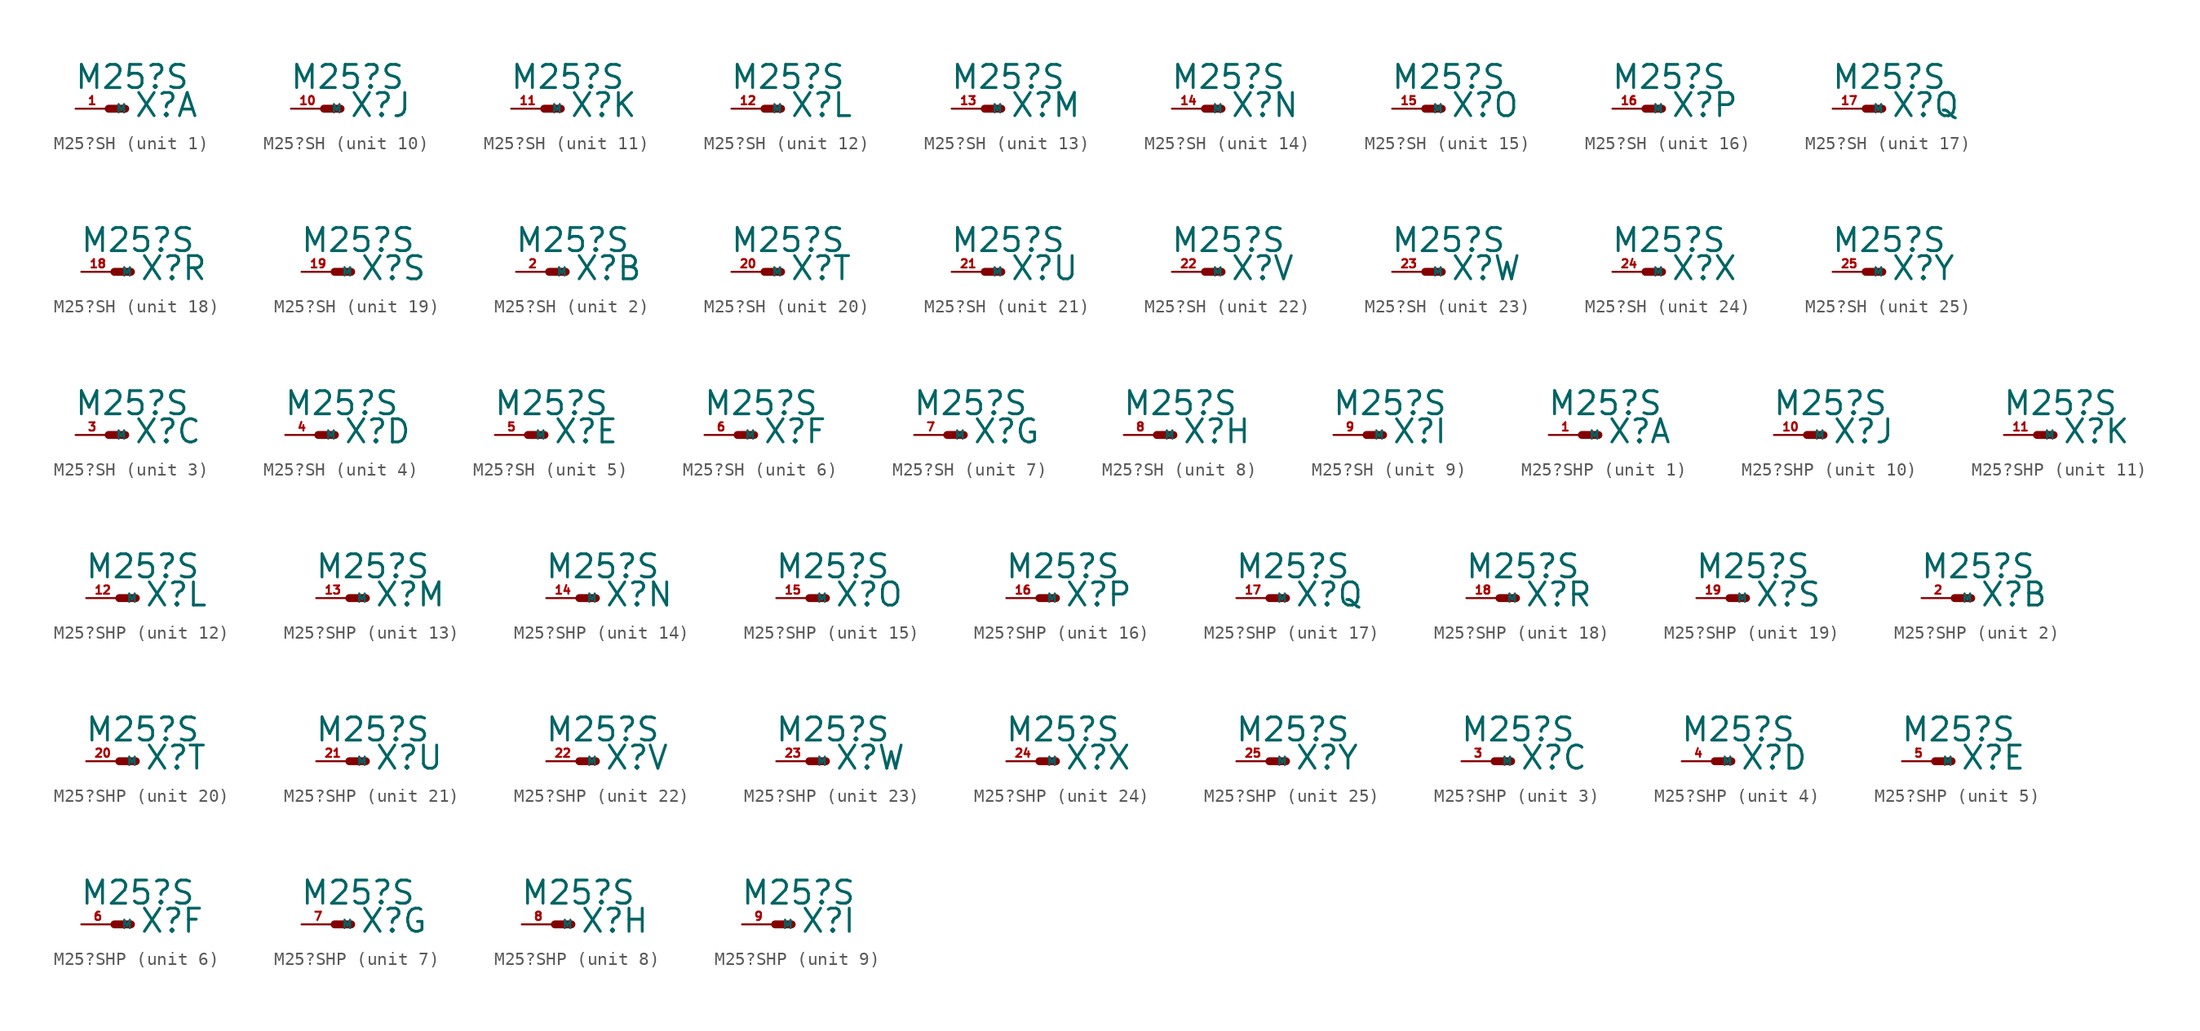
<source format=kicad_sym>
(kicad_symbol_lib
  (version 20220914)
  (generator Eagle2Kicad)
  (symbol "M25?SH"
    (property "Reference" "X"
      (at 1.905 -0.762 0)
      (effects (font (size 1.778 1.778) (thickness 0.22)) (justify left bottom)))
    (property "Value" "M25?S"
      (at -2.667 1.397 0)
      (effects (font (size 1.778 1.778) (thickness 0.22)) (justify left bottom)))
    (symbol "M25?SH_1_0"
      (polyline (pts (xy 0 0) (xy 1.27 0)) (stroke (width 0.61) (type default)) (fill (type none)))
      (pin passive line (at -2.54 0 0) (length 2.54) (name "M" (effects (font (size 0.635 0.635) (thickness 0.08)) (justify left bottom))) (number "1" (effects (font (size 0.635 0.635) (thickness 0.08)) (justify left bottom)))))
    (symbol "M25?SH_2_0"
      (polyline (pts (xy 0 0) (xy 1.27 0)) (stroke (width 0.61) (type default)) (fill (type none)))
      (pin passive line (at -2.54 0 0) (length 2.54) (name "M" (effects (font (size 0.635 0.635) (thickness 0.08)) (justify left bottom))) (number "2" (effects (font (size 0.635 0.635) (thickness 0.08)) (justify left bottom)))))
    (symbol "M25?SH_3_0"
      (polyline (pts (xy 0 0) (xy 1.27 0)) (stroke (width 0.61) (type default)) (fill (type none)))
      (pin passive line (at -2.54 0 0) (length 2.54) (name "M" (effects (font (size 0.635 0.635) (thickness 0.08)) (justify left bottom))) (number "3" (effects (font (size 0.635 0.635) (thickness 0.08)) (justify left bottom)))))
    (symbol "M25?SH_4_0"
      (polyline (pts (xy 0 0) (xy 1.27 0)) (stroke (width 0.61) (type default)) (fill (type none)))
      (pin passive line (at -2.54 0 0) (length 2.54) (name "M" (effects (font (size 0.635 0.635) (thickness 0.08)) (justify left bottom))) (number "4" (effects (font (size 0.635 0.635) (thickness 0.08)) (justify left bottom)))))
    (symbol "M25?SH_5_0"
      (polyline (pts (xy 0 0) (xy 1.27 0)) (stroke (width 0.61) (type default)) (fill (type none)))
      (pin passive line (at -2.54 0 0) (length 2.54) (name "M" (effects (font (size 0.635 0.635) (thickness 0.08)) (justify left bottom))) (number "5" (effects (font (size 0.635 0.635) (thickness 0.08)) (justify left bottom)))))
    (symbol "M25?SH_6_0"
      (polyline (pts (xy 0 0) (xy 1.27 0)) (stroke (width 0.61) (type default)) (fill (type none)))
      (pin passive line (at -2.54 0 0) (length 2.54) (name "M" (effects (font (size 0.635 0.635) (thickness 0.08)) (justify left bottom))) (number "6" (effects (font (size 0.635 0.635) (thickness 0.08)) (justify left bottom)))))
    (symbol "M25?SH_7_0"
      (polyline (pts (xy 0 0) (xy 1.27 0)) (stroke (width 0.61) (type default)) (fill (type none)))
      (pin passive line (at -2.54 0 0) (length 2.54) (name "M" (effects (font (size 0.635 0.635) (thickness 0.08)) (justify left bottom))) (number "7" (effects (font (size 0.635 0.635) (thickness 0.08)) (justify left bottom)))))
    (symbol "M25?SH_8_0"
      (polyline (pts (xy 0 0) (xy 1.27 0)) (stroke (width 0.61) (type default)) (fill (type none)))
      (pin passive line (at -2.54 0 0) (length 2.54) (name "M" (effects (font (size 0.635 0.635) (thickness 0.08)) (justify left bottom))) (number "8" (effects (font (size 0.635 0.635) (thickness 0.08)) (justify left bottom)))))
    (symbol "M25?SH_9_0"
      (polyline (pts (xy 0 0) (xy 1.27 0)) (stroke (width 0.61) (type default)) (fill (type none)))
      (pin passive line (at -2.54 0 0) (length 2.54) (name "M" (effects (font (size 0.635 0.635) (thickness 0.08)) (justify left bottom))) (number "9" (effects (font (size 0.635 0.635) (thickness 0.08)) (justify left bottom)))))
    (symbol "M25?SH_10_0"
      (polyline (pts (xy 0 0) (xy 1.27 0)) (stroke (width 0.61) (type default)) (fill (type none)))
      (pin passive line (at -2.54 0 0) (length 2.54) (name "M" (effects (font (size 0.635 0.635) (thickness 0.08)) (justify left bottom))) (number "10" (effects (font (size 0.635 0.635) (thickness 0.08)) (justify left bottom)))))
    (symbol "M25?SH_11_0"
      (polyline (pts (xy 0 0) (xy 1.27 0)) (stroke (width 0.61) (type default)) (fill (type none)))
      (pin passive line (at -2.54 0 0) (length 2.54) (name "M" (effects (font (size 0.635 0.635) (thickness 0.08)) (justify left bottom))) (number "11" (effects (font (size 0.635 0.635) (thickness 0.08)) (justify left bottom)))))
    (symbol "M25?SH_12_0"
      (polyline (pts (xy 0 0) (xy 1.27 0)) (stroke (width 0.61) (type default)) (fill (type none)))
      (pin passive line (at -2.54 0 0) (length 2.54) (name "M" (effects (font (size 0.635 0.635) (thickness 0.08)) (justify left bottom))) (number "12" (effects (font (size 0.635 0.635) (thickness 0.08)) (justify left bottom)))))
    (symbol "M25?SH_13_0"
      (polyline (pts (xy 0 0) (xy 1.27 0)) (stroke (width 0.61) (type default)) (fill (type none)))
      (pin passive line (at -2.54 0 0) (length 2.54) (name "M" (effects (font (size 0.635 0.635) (thickness 0.08)) (justify left bottom))) (number "13" (effects (font (size 0.635 0.635) (thickness 0.08)) (justify left bottom)))))
    (symbol "M25?SH_14_0"
      (polyline (pts (xy 0 0) (xy 1.27 0)) (stroke (width 0.61) (type default)) (fill (type none)))
      (pin passive line (at -2.54 0 0) (length 2.54) (name "M" (effects (font (size 0.635 0.635) (thickness 0.08)) (justify left bottom))) (number "14" (effects (font (size 0.635 0.635) (thickness 0.08)) (justify left bottom)))))
    (symbol "M25?SH_15_0"
      (polyline (pts (xy 0 0) (xy 1.27 0)) (stroke (width 0.61) (type default)) (fill (type none)))
      (pin passive line (at -2.54 0 0) (length 2.54) (name "M" (effects (font (size 0.635 0.635) (thickness 0.08)) (justify left bottom))) (number "15" (effects (font (size 0.635 0.635) (thickness 0.08)) (justify left bottom)))))
    (symbol "M25?SH_16_0"
      (polyline (pts (xy 0 0) (xy 1.27 0)) (stroke (width 0.61) (type default)) (fill (type none)))
      (pin passive line (at -2.54 0 0) (length 2.54) (name "M" (effects (font (size 0.635 0.635) (thickness 0.08)) (justify left bottom))) (number "16" (effects (font (size 0.635 0.635) (thickness 0.08)) (justify left bottom)))))
    (symbol "M25?SH_17_0"
      (polyline (pts (xy 0 0) (xy 1.27 0)) (stroke (width 0.61) (type default)) (fill (type none)))
      (pin passive line (at -2.54 0 0) (length 2.54) (name "M" (effects (font (size 0.635 0.635) (thickness 0.08)) (justify left bottom))) (number "17" (effects (font (size 0.635 0.635) (thickness 0.08)) (justify left bottom)))))
    (symbol "M25?SH_18_0"
      (polyline (pts (xy 0 0) (xy 1.27 0)) (stroke (width 0.61) (type default)) (fill (type none)))
      (pin passive line (at -2.54 0 0) (length 2.54) (name "M" (effects (font (size 0.635 0.635) (thickness 0.08)) (justify left bottom))) (number "18" (effects (font (size 0.635 0.635) (thickness 0.08)) (justify left bottom)))))
    (symbol "M25?SH_19_0"
      (polyline (pts (xy 0 0) (xy 1.27 0)) (stroke (width 0.61) (type default)) (fill (type none)))
      (pin passive line (at -2.54 0 0) (length 2.54) (name "M" (effects (font (size 0.635 0.635) (thickness 0.08)) (justify left bottom))) (number "19" (effects (font (size 0.635 0.635) (thickness 0.08)) (justify left bottom)))))
    (symbol "M25?SH_20_0"
      (polyline (pts (xy 0 0) (xy 1.27 0)) (stroke (width 0.61) (type default)) (fill (type none)))
      (pin passive line (at -2.54 0 0) (length 2.54) (name "M" (effects (font (size 0.635 0.635) (thickness 0.08)) (justify left bottom))) (number "20" (effects (font (size 0.635 0.635) (thickness 0.08)) (justify left bottom)))))
    (symbol "M25?SH_21_0"
      (polyline (pts (xy 0 0) (xy 1.27 0)) (stroke (width 0.61) (type default)) (fill (type none)))
      (pin passive line (at -2.54 0 0) (length 2.54) (name "M" (effects (font (size 0.635 0.635) (thickness 0.08)) (justify left bottom))) (number "21" (effects (font (size 0.635 0.635) (thickness 0.08)) (justify left bottom)))))
    (symbol "M25?SH_22_0"
      (polyline (pts (xy 0 0) (xy 1.27 0)) (stroke (width 0.61) (type default)) (fill (type none)))
      (pin passive line (at -2.54 0 0) (length 2.54) (name "M" (effects (font (size 0.635 0.635) (thickness 0.08)) (justify left bottom))) (number "22" (effects (font (size 0.635 0.635) (thickness 0.08)) (justify left bottom)))))
    (symbol "M25?SH_23_0"
      (polyline (pts (xy 0 0) (xy 1.27 0)) (stroke (width 0.61) (type default)) (fill (type none)))
      (pin passive line (at -2.54 0 0) (length 2.54) (name "M" (effects (font (size 0.635 0.635) (thickness 0.08)) (justify left bottom))) (number "23" (effects (font (size 0.635 0.635) (thickness 0.08)) (justify left bottom)))))
    (symbol "M25?SH_24_0"
      (polyline (pts (xy 0 0) (xy 1.27 0)) (stroke (width 0.61) (type default)) (fill (type none)))
      (pin passive line (at -2.54 0 0) (length 2.54) (name "M" (effects (font (size 0.635 0.635) (thickness 0.08)) (justify left bottom))) (number "24" (effects (font (size 0.635 0.635) (thickness 0.08)) (justify left bottom)))))
    (symbol "M25?SH_25_0"
      (polyline (pts (xy 0 0) (xy 1.27 0)) (stroke (width 0.61) (type default)) (fill (type none)))
      (pin passive line (at -2.54 0 0) (length 2.54) (name "M" (effects (font (size 0.635 0.635) (thickness 0.08)) (justify left bottom))) (number "25" (effects (font (size 0.635 0.635) (thickness 0.08)) (justify left bottom))))))
  (symbol "M25?SHP"
    (property "Reference" "X"
      (at 1.905 -0.762 0)
      (effects (font (size 1.778 1.778) (thickness 0.22)) (justify left bottom)))
    (property "Value" "M25?S"
      (at -2.667 1.397 0)
      (effects (font (size 1.778 1.778) (thickness 0.22)) (justify left bottom)))
    (symbol "M25?SHP_1_0"
      (polyline (pts (xy 0 0) (xy 1.27 0)) (stroke (width 0.61) (type default)) (fill (type none)))
      (pin passive line (at -2.54 0 0) (length 2.54) (name "M" (effects (font (size 0.635 0.635) (thickness 0.08)) (justify left bottom))) (number "1" (effects (font (size 0.635 0.635) (thickness 0.08)) (justify left bottom)))))
    (symbol "M25?SHP_2_0"
      (polyline (pts (xy 0 0) (xy 1.27 0)) (stroke (width 0.61) (type default)) (fill (type none)))
      (pin passive line (at -2.54 0 0) (length 2.54) (name "M" (effects (font (size 0.635 0.635) (thickness 0.08)) (justify left bottom))) (number "2" (effects (font (size 0.635 0.635) (thickness 0.08)) (justify left bottom)))))
    (symbol "M25?SHP_3_0"
      (polyline (pts (xy 0 0) (xy 1.27 0)) (stroke (width 0.61) (type default)) (fill (type none)))
      (pin passive line (at -2.54 0 0) (length 2.54) (name "M" (effects (font (size 0.635 0.635) (thickness 0.08)) (justify left bottom))) (number "3" (effects (font (size 0.635 0.635) (thickness 0.08)) (justify left bottom)))))
    (symbol "M25?SHP_4_0"
      (polyline (pts (xy 0 0) (xy 1.27 0)) (stroke (width 0.61) (type default)) (fill (type none)))
      (pin passive line (at -2.54 0 0) (length 2.54) (name "M" (effects (font (size 0.635 0.635) (thickness 0.08)) (justify left bottom))) (number "4" (effects (font (size 0.635 0.635) (thickness 0.08)) (justify left bottom)))))
    (symbol "M25?SHP_5_0"
      (polyline (pts (xy 0 0) (xy 1.27 0)) (stroke (width 0.61) (type default)) (fill (type none)))
      (pin passive line (at -2.54 0 0) (length 2.54) (name "M" (effects (font (size 0.635 0.635) (thickness 0.08)) (justify left bottom))) (number "5" (effects (font (size 0.635 0.635) (thickness 0.08)) (justify left bottom)))))
    (symbol "M25?SHP_6_0"
      (polyline (pts (xy 0 0) (xy 1.27 0)) (stroke (width 0.61) (type default)) (fill (type none)))
      (pin passive line (at -2.54 0 0) (length 2.54) (name "M" (effects (font (size 0.635 0.635) (thickness 0.08)) (justify left bottom))) (number "6" (effects (font (size 0.635 0.635) (thickness 0.08)) (justify left bottom)))))
    (symbol "M25?SHP_7_0"
      (polyline (pts (xy 0 0) (xy 1.27 0)) (stroke (width 0.61) (type default)) (fill (type none)))
      (pin passive line (at -2.54 0 0) (length 2.54) (name "M" (effects (font (size 0.635 0.635) (thickness 0.08)) (justify left bottom))) (number "7" (effects (font (size 0.635 0.635) (thickness 0.08)) (justify left bottom)))))
    (symbol "M25?SHP_8_0"
      (polyline (pts (xy 0 0) (xy 1.27 0)) (stroke (width 0.61) (type default)) (fill (type none)))
      (pin passive line (at -2.54 0 0) (length 2.54) (name "M" (effects (font (size 0.635 0.635) (thickness 0.08)) (justify left bottom))) (number "8" (effects (font (size 0.635 0.635) (thickness 0.08)) (justify left bottom)))))
    (symbol "M25?SHP_9_0"
      (polyline (pts (xy 0 0) (xy 1.27 0)) (stroke (width 0.61) (type default)) (fill (type none)))
      (pin passive line (at -2.54 0 0) (length 2.54) (name "M" (effects (font (size 0.635 0.635) (thickness 0.08)) (justify left bottom))) (number "9" (effects (font (size 0.635 0.635) (thickness 0.08)) (justify left bottom)))))
    (symbol "M25?SHP_10_0"
      (polyline (pts (xy 0 0) (xy 1.27 0)) (stroke (width 0.61) (type default)) (fill (type none)))
      (pin passive line (at -2.54 0 0) (length 2.54) (name "M" (effects (font (size 0.635 0.635) (thickness 0.08)) (justify left bottom))) (number "10" (effects (font (size 0.635 0.635) (thickness 0.08)) (justify left bottom)))))
    (symbol "M25?SHP_11_0"
      (polyline (pts (xy 0 0) (xy 1.27 0)) (stroke (width 0.61) (type default)) (fill (type none)))
      (pin passive line (at -2.54 0 0) (length 2.54) (name "M" (effects (font (size 0.635 0.635) (thickness 0.08)) (justify left bottom))) (number "11" (effects (font (size 0.635 0.635) (thickness 0.08)) (justify left bottom)))))
    (symbol "M25?SHP_12_0"
      (polyline (pts (xy 0 0) (xy 1.27 0)) (stroke (width 0.61) (type default)) (fill (type none)))
      (pin passive line (at -2.54 0 0) (length 2.54) (name "M" (effects (font (size 0.635 0.635) (thickness 0.08)) (justify left bottom))) (number "12" (effects (font (size 0.635 0.635) (thickness 0.08)) (justify left bottom)))))
    (symbol "M25?SHP_13_0"
      (polyline (pts (xy 0 0) (xy 1.27 0)) (stroke (width 0.61) (type default)) (fill (type none)))
      (pin passive line (at -2.54 0 0) (length 2.54) (name "M" (effects (font (size 0.635 0.635) (thickness 0.08)) (justify left bottom))) (number "13" (effects (font (size 0.635 0.635) (thickness 0.08)) (justify left bottom)))))
    (symbol "M25?SHP_14_0"
      (polyline (pts (xy 0 0) (xy 1.27 0)) (stroke (width 0.61) (type default)) (fill (type none)))
      (pin passive line (at -2.54 0 0) (length 2.54) (name "M" (effects (font (size 0.635 0.635) (thickness 0.08)) (justify left bottom))) (number "14" (effects (font (size 0.635 0.635) (thickness 0.08)) (justify left bottom)))))
    (symbol "M25?SHP_15_0"
      (polyline (pts (xy 0 0) (xy 1.27 0)) (stroke (width 0.61) (type default)) (fill (type none)))
      (pin passive line (at -2.54 0 0) (length 2.54) (name "M" (effects (font (size 0.635 0.635) (thickness 0.08)) (justify left bottom))) (number "15" (effects (font (size 0.635 0.635) (thickness 0.08)) (justify left bottom)))))
    (symbol "M25?SHP_16_0"
      (polyline (pts (xy 0 0) (xy 1.27 0)) (stroke (width 0.61) (type default)) (fill (type none)))
      (pin passive line (at -2.54 0 0) (length 2.54) (name "M" (effects (font (size 0.635 0.635) (thickness 0.08)) (justify left bottom))) (number "16" (effects (font (size 0.635 0.635) (thickness 0.08)) (justify left bottom)))))
    (symbol "M25?SHP_17_0"
      (polyline (pts (xy 0 0) (xy 1.27 0)) (stroke (width 0.61) (type default)) (fill (type none)))
      (pin passive line (at -2.54 0 0) (length 2.54) (name "M" (effects (font (size 0.635 0.635) (thickness 0.08)) (justify left bottom))) (number "17" (effects (font (size 0.635 0.635) (thickness 0.08)) (justify left bottom)))))
    (symbol "M25?SHP_18_0"
      (polyline (pts (xy 0 0) (xy 1.27 0)) (stroke (width 0.61) (type default)) (fill (type none)))
      (pin passive line (at -2.54 0 0) (length 2.54) (name "M" (effects (font (size 0.635 0.635) (thickness 0.08)) (justify left bottom))) (number "18" (effects (font (size 0.635 0.635) (thickness 0.08)) (justify left bottom)))))
    (symbol "M25?SHP_19_0"
      (polyline (pts (xy 0 0) (xy 1.27 0)) (stroke (width 0.61) (type default)) (fill (type none)))
      (pin passive line (at -2.54 0 0) (length 2.54) (name "M" (effects (font (size 0.635 0.635) (thickness 0.08)) (justify left bottom))) (number "19" (effects (font (size 0.635 0.635) (thickness 0.08)) (justify left bottom)))))
    (symbol "M25?SHP_20_0"
      (polyline (pts (xy 0 0) (xy 1.27 0)) (stroke (width 0.61) (type default)) (fill (type none)))
      (pin passive line (at -2.54 0 0) (length 2.54) (name "M" (effects (font (size 0.635 0.635) (thickness 0.08)) (justify left bottom))) (number "20" (effects (font (size 0.635 0.635) (thickness 0.08)) (justify left bottom)))))
    (symbol "M25?SHP_21_0"
      (polyline (pts (xy 0 0) (xy 1.27 0)) (stroke (width 0.61) (type default)) (fill (type none)))
      (pin passive line (at -2.54 0 0) (length 2.54) (name "M" (effects (font (size 0.635 0.635) (thickness 0.08)) (justify left bottom))) (number "21" (effects (font (size 0.635 0.635) (thickness 0.08)) (justify left bottom)))))
    (symbol "M25?SHP_22_0"
      (polyline (pts (xy 0 0) (xy 1.27 0)) (stroke (width 0.61) (type default)) (fill (type none)))
      (pin passive line (at -2.54 0 0) (length 2.54) (name "M" (effects (font (size 0.635 0.635) (thickness 0.08)) (justify left bottom))) (number "22" (effects (font (size 0.635 0.635) (thickness 0.08)) (justify left bottom)))))
    (symbol "M25?SHP_23_0"
      (polyline (pts (xy 0 0) (xy 1.27 0)) (stroke (width 0.61) (type default)) (fill (type none)))
      (pin passive line (at -2.54 0 0) (length 2.54) (name "M" (effects (font (size 0.635 0.635) (thickness 0.08)) (justify left bottom))) (number "23" (effects (font (size 0.635 0.635) (thickness 0.08)) (justify left bottom)))))
    (symbol "M25?SHP_24_0"
      (polyline (pts (xy 0 0) (xy 1.27 0)) (stroke (width 0.61) (type default)) (fill (type none)))
      (pin passive line (at -2.54 0 0) (length 2.54) (name "M" (effects (font (size 0.635 0.635) (thickness 0.08)) (justify left bottom))) (number "24" (effects (font (size 0.635 0.635) (thickness 0.08)) (justify left bottom)))))
    (symbol "M25?SHP_25_0"
      (polyline (pts (xy 0 0) (xy 1.27 0)) (stroke (width 0.61) (type default)) (fill (type none)))
      (pin passive line (at -2.54 0 0) (length 2.54) (name "M" (effects (font (size 0.635 0.635) (thickness 0.08)) (justify left bottom))) (number "25" (effects (font (size 0.635 0.635) (thickness 0.08)) (justify left bottom)))))))
</source>
